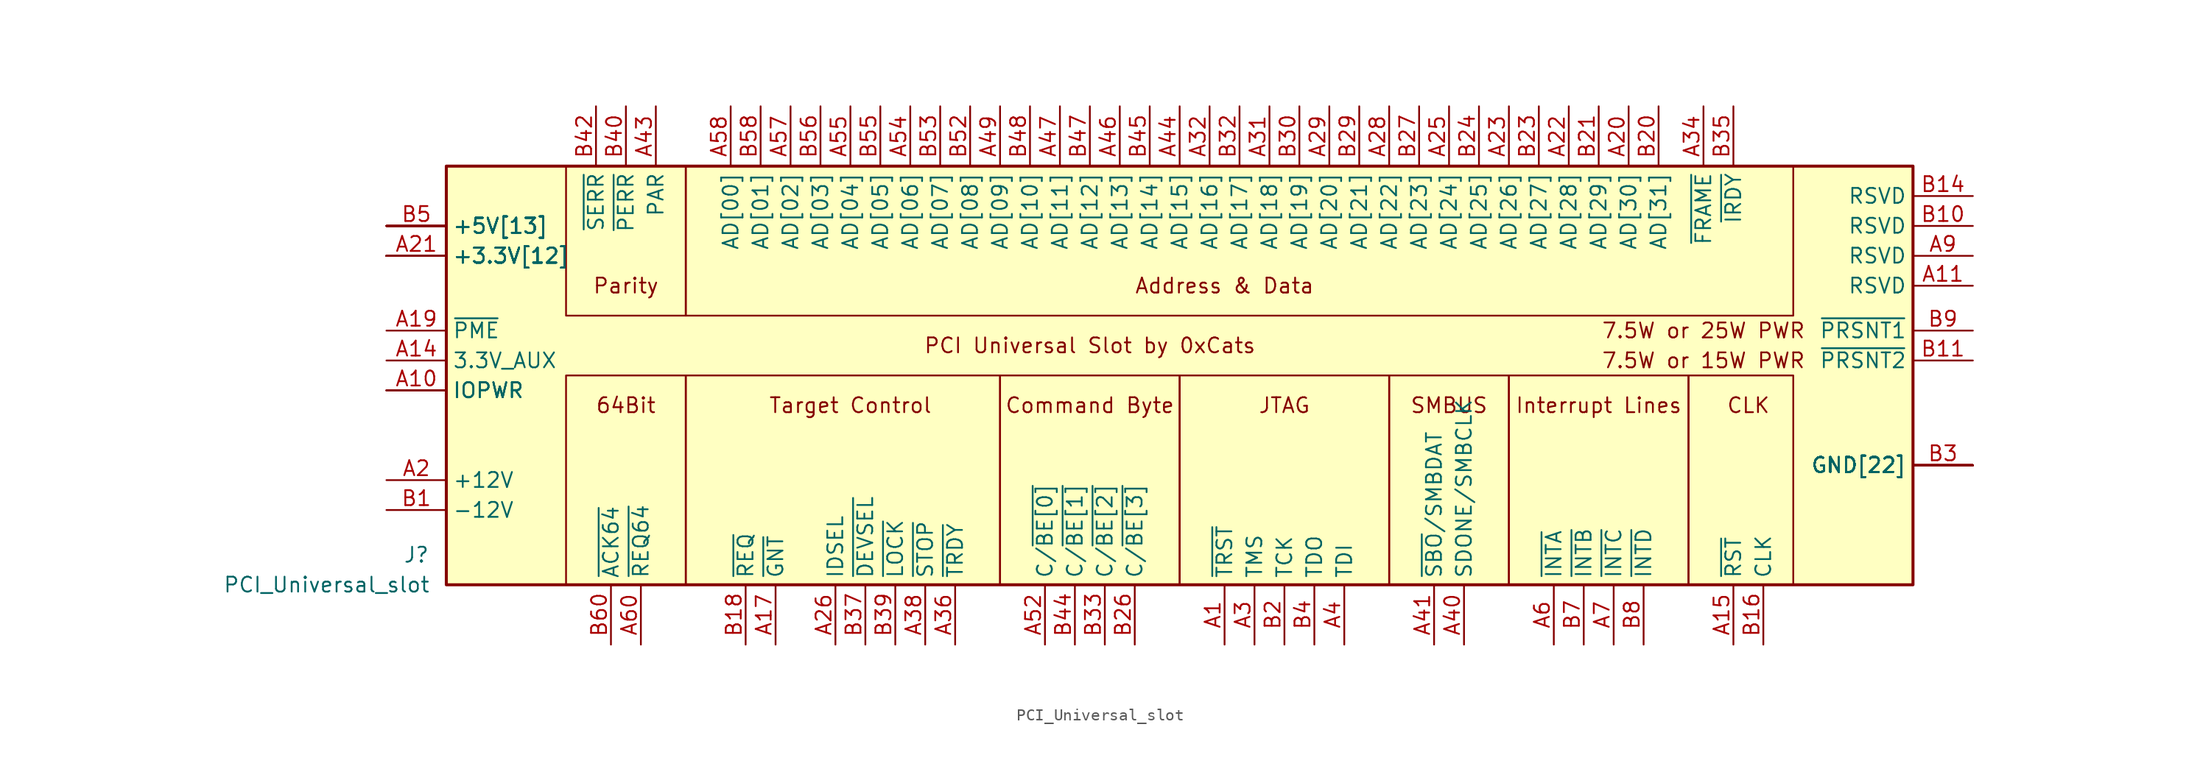
<source format=kicad_sym>
(kicad_symbol_lib
  (version 20211014)
  (generator kicad_symbol_editor)
  (symbol "PCI_Universal_slot"
    (property "Reference" "J"
      (at -58.42 -15.24 0)
      (effects (font (size 1.27 1.27))))
    (property "Value" "PCI_Universal_slot"
      (at -66.04 -17.78 0)
      (effects (font (size 1.27 1.27))))
    (symbol "PCI_Universal_slot_0_0"
      (rectangle (start -45.72 0) (end -35.56 -17.78) (stroke (width 0.152) (type default) (color 0 0 0 0)) (fill (type none)))
      (rectangle (start -35.56 0) (end -8.89 -17.78) (stroke (width 0.152) (type default) (color 0 0 0 0)) (fill (type none)))
      (rectangle (start -35.56 17.78) (end -45.72 5.08) (stroke (width 0.152) (type default) (color 0 0 0 0)) (fill (type none)))
      (rectangle (start -35.56 17.78) (end 58.42 5.08) (stroke (width 0.152) (type default) (color 0 0 0 0)) (fill (type none)))
      (rectangle (start 6.35 -17.78) (end -8.89 0) (stroke (width 0.152) (type default) (color 0 0 0 0)) (fill (type none)))
      (rectangle (start 24.13 -17.78) (end 6.35 0) (stroke (width 0.152) (type default) (color 0 0 0 0)) (fill (type none)))
      (rectangle (start 24.13 0) (end 34.29 -17.78) (stroke (width 0.152) (type default) (color 0 0 0 0)) (fill (type none)))
      (rectangle (start 34.29 0) (end 49.53 -17.78) (stroke (width 0.152) (type default) (color 0 0 0 0)) (fill (type none)))
      (rectangle (start 49.53 0) (end 58.42 -17.78) (stroke (width 0.152) (type default) (color 0 0 0 0)) (fill (type none)))
      (text "64Bit" (at -40.64 -2.54 0) (effects (font (size 1.27 1.27))))
      (text "7.5W or 15W PWR" (at 50.8 1.27 0) (effects (font (size 1.27 1.27))))
      (text "7.5W or 25W PWR" (at 50.8 3.81 0) (effects (font (size 1.27 1.27))))
      (text "Address & Data" (at 10.16 7.62 0) (effects (font (size 1.27 1.27))))
      (text "CLK" (at 54.61 -2.54 0) (effects (font (size 1.27 1.27))))
      (text "Command Byte" (at -1.27 -2.54 0) (effects (font (size 1.27 1.27))))
      (text "Interrupt Lines" (at 41.91 -2.54 0) (effects (font (size 1.27 1.27))))
      (text "JTAG" (at 15.24 -2.54 0) (effects (font (size 1.27 1.27))))
      (text "Parity" (at -40.64 7.62 0) (effects (font (size 1.27 1.27))))
      (text "PCI Universal Slot by 0xCats" (at -1.27 2.54 0) (effects (font (size 1.27 1.27))))
      (text "SMBUS" (at 29.21 -2.54 0) (effects (font (size 1.27 1.27))))
      (text "Target Control" (at -21.59 -2.54 0) (effects (font (size 1.27 1.27)))))
    (symbol "PCI_Universal_slot_0_1"
      (rectangle (start -55.88 17.78) (end 68.58 -17.78) (stroke (width 0.254) (type default) (color 0 0 0 0)) (fill (type background))))
    (symbol "PCI_Universal_slot_1_1"
      (pin output line (at 10.16 -22.86 90) (length 5.08) (name "~{TRST}" (effects (font (size 1.27 1.27)))) (number "A1" (effects (font (size 1.27 1.27)))))
      (pin power_in line (at -60.96 -1.27 0) (length 5.08) (name "IOPWR" (effects (font (size 1.27 1.27)))) (number "A10" (effects (font (size 1.27 1.27)))))
      (pin passive line (at 73.66 7.62 180) (length 5.08) (name "RSVD" (effects (font (size 1.27 1.27)))) (number "A11" (effects (font (size 1.27 1.27)))))
      (pin power_in line (at 73.66 -7.62 180) (length 5.08) (name "GND[22]" (effects (font (size 1.27 1.27)))) (number "A12" (effects (font (size 0 0)))))
      (pin power_in line (at 73.66 -7.62 180) (length 5.08) (name "GND[22]" (effects (font (size 1.27 1.27)))) (number "A13" (effects (font (size 0 0)))))
      (pin power_in line (at -60.96 1.27 0) (length 5.08) (name "3.3V_AUX" (effects (font (size 1.27 1.27)))) (number "A14" (effects (font (size 1.27 1.27)))))
      (pin output line (at 53.34 -22.86 90) (length 5.08) (name "~{RST}" (effects (font (size 1.27 1.27)))) (number "A15" (effects (font (size 1.27 1.27)))))
      (pin power_in line (at -60.96 12.7 0) (length 5.08) (name "+5V[13]" (effects (font (size 1.27 1.27)))) (number "A16" (effects (font (size 0 0)))))
      (pin bidirectional line (at -27.94 -22.86 90) (length 5.08) (name "~{GNT}" (effects (font (size 1.27 1.27)))) (number "A17" (effects (font (size 1.27 1.27)))))
      (pin power_in line (at 73.66 -7.62 180) (length 5.08) (name "GND[22]" (effects (font (size 1.27 1.27)))) (number "A18" (effects (font (size 0 0)))))
      (pin open_collector line (at -60.96 3.81 0) (length 5.08) (name "~{PME}" (effects (font (size 1.27 1.27)))) (number "A19" (effects (font (size 1.27 1.27)))))
      (pin power_in line (at -60.96 -8.89 0) (length 5.08) (name "+12V" (effects (font (size 1.27 1.27)))) (number "A2" (effects (font (size 1.27 1.27)))))
      (pin bidirectional line (at 44.45 22.86 270) (length 5.08) (name "AD[30]" (effects (font (size 1.27 1.27)))) (number "A20" (effects (font (size 1.27 1.27)))))
      (pin power_in line (at -60.96 10.16 0) (length 5.08) (name "+3.3V[12]" (effects (font (size 1.27 1.27)))) (number "A21" (effects (font (size 1.27 1.27)))))
      (pin bidirectional line (at 39.37 22.86 270) (length 5.08) (name "AD[28]" (effects (font (size 1.27 1.27)))) (number "A22" (effects (font (size 1.27 1.27)))))
      (pin bidirectional line (at 34.29 22.86 270) (length 5.08) (name "AD[26]" (effects (font (size 1.27 1.27)))) (number "A23" (effects (font (size 1.27 1.27)))))
      (pin power_in line (at 73.66 -7.62 180) (length 5.08) (name "GND[22]" (effects (font (size 1.27 1.27)))) (number "A24" (effects (font (size 0 0)))))
      (pin bidirectional line (at 29.21 22.86 270) (length 5.08) (name "AD[24]" (effects (font (size 1.27 1.27)))) (number "A25" (effects (font (size 1.27 1.27)))))
      (pin output line (at -22.86 -22.86 90) (length 5.08) (name "IDSEL" (effects (font (size 1.27 1.27)))) (number "A26" (effects (font (size 1.27 1.27)))))
      (pin power_in line (at -60.96 10.16 0) (length 5.08) (name "+3.3V[12]" (effects (font (size 1.27 1.27)))) (number "A27" (effects (font (size 0 0)))))
      (pin bidirectional line (at 24.13 22.86 270) (length 5.08) (name "AD[22]" (effects (font (size 1.27 1.27)))) (number "A28" (effects (font (size 1.27 1.27)))))
      (pin bidirectional line (at 19.05 22.86 270) (length 5.08) (name "AD[20]" (effects (font (size 1.27 1.27)))) (number "A29" (effects (font (size 1.27 1.27)))))
      (pin output line (at 12.7 -22.86 90) (length 5.08) (name "TMS" (effects (font (size 1.27 1.27)))) (number "A3" (effects (font (size 1.27 1.27)))))
      (pin power_in line (at 73.66 -7.62 180) (length 5.08) (name "GND[22]" (effects (font (size 1.27 1.27)))) (number "A30" (effects (font (size 0 0)))))
      (pin bidirectional line (at 13.97 22.86 270) (length 5.08) (name "AD[18]" (effects (font (size 1.27 1.27)))) (number "A31" (effects (font (size 1.27 1.27)))))
      (pin bidirectional line (at 8.89 22.86 270) (length 5.08) (name "AD[16]" (effects (font (size 1.27 1.27)))) (number "A32" (effects (font (size 1.27 1.27)))))
      (pin power_in line (at -60.96 10.16 0) (length 5.08) (name "+3.3V[12]" (effects (font (size 1.27 1.27)))) (number "A33" (effects (font (size 0 0)))))
      (pin bidirectional line (at 50.8 22.86 270) (length 5.08) (name "~{FRAME}" (effects (font (size 1.27 1.27)))) (number "A34" (effects (font (size 1.27 1.27)))))
      (pin power_in line (at 73.66 -7.62 180) (length 5.08) (name "GND[22]" (effects (font (size 1.27 1.27)))) (number "A35" (effects (font (size 0 0)))))
      (pin bidirectional line (at -12.7 -22.86 90) (length 5.08) (name "~{TRDY}" (effects (font (size 1.27 1.27)))) (number "A36" (effects (font (size 1.27 1.27)))))
      (pin power_in line (at 73.66 -7.62 180) (length 5.08) (name "GND[22]" (effects (font (size 1.27 1.27)))) (number "A37" (effects (font (size 0 0)))))
      (pin bidirectional line (at -15.24 -22.86 90) (length 5.08) (name "~{STOP}" (effects (font (size 1.27 1.27)))) (number "A38" (effects (font (size 1.27 1.27)))))
      (pin power_in line (at -60.96 10.16 0) (length 5.08) (name "+3.3V[12]" (effects (font (size 1.27 1.27)))) (number "A39" (effects (font (size 0 0)))))
      (pin output line (at 20.32 -22.86 90) (length 5.08) (name "TDI" (effects (font (size 1.27 1.27)))) (number "A4" (effects (font (size 1.27 1.27)))))
      (pin bidirectional line (at 30.48 -22.86 90) (length 5.08) (name "SDONE/SMBCLK" (effects (font (size 1.27 1.27)))) (number "A40" (effects (font (size 1.27 1.27)))))
      (pin bidirectional line (at 27.94 -22.86 90) (length 5.08) (name "~{SBO}/SMBDAT" (effects (font (size 1.27 1.27)))) (number "A41" (effects (font (size 1.27 1.27)))))
      (pin power_in line (at 73.66 -7.62 180) (length 5.08) (name "GND[22]" (effects (font (size 1.27 1.27)))) (number "A42" (effects (font (size 0 0)))))
      (pin bidirectional line (at -38.1 22.86 270) (length 5.08) (name "PAR" (effects (font (size 1.27 1.27)))) (number "A43" (effects (font (size 1.27 1.27)))))
      (pin bidirectional line (at 6.35 22.86 270) (length 5.08) (name "AD[15]" (effects (font (size 1.27 1.27)))) (number "A44" (effects (font (size 1.27 1.27)))))
      (pin power_in line (at -60.96 10.16 0) (length 5.08) (name "+3.3V[12]" (effects (font (size 1.27 1.27)))) (number "A45" (effects (font (size 0 0)))))
      (pin bidirectional line (at 1.27 22.86 270) (length 5.08) (name "AD[13]" (effects (font (size 1.27 1.27)))) (number "A46" (effects (font (size 1.27 1.27)))))
      (pin bidirectional line (at -3.81 22.86 270) (length 5.08) (name "AD[11]" (effects (font (size 1.27 1.27)))) (number "A47" (effects (font (size 1.27 1.27)))))
      (pin power_in line (at 73.66 -7.62 180) (length 5.08) (name "GND[22]" (effects (font (size 1.27 1.27)))) (number "A48" (effects (font (size 0 0)))))
      (pin bidirectional line (at -8.89 22.86 270) (length 5.08) (name "AD[09]" (effects (font (size 1.27 1.27)))) (number "A49" (effects (font (size 1.27 1.27)))))
      (pin power_in line (at -60.96 12.7 0) (length 5.08) (name "+5V[13]" (effects (font (size 1.27 1.27)))) (number "A5" (effects (font (size 0 0)))))
      (pin bidirectional line (at -5.08 -22.86 90) (length 5.08) (name "C/~{BE[0]}" (effects (font (size 1.27 1.27)))) (number "A52" (effects (font (size 1.27 1.27)))))
      (pin power_in line (at -60.96 10.16 0) (length 5.08) (name "+3.3V[12]" (effects (font (size 1.27 1.27)))) (number "A53" (effects (font (size 0 0)))))
      (pin bidirectional line (at -16.51 22.86 270) (length 5.08) (name "AD[06]" (effects (font (size 1.27 1.27)))) (number "A54" (effects (font (size 1.27 1.27)))))
      (pin bidirectional line (at -21.59 22.86 270) (length 5.08) (name "AD[04]" (effects (font (size 1.27 1.27)))) (number "A55" (effects (font (size 1.27 1.27)))))
      (pin power_in line (at 73.66 -7.62 180) (length 5.08) (name "GND[22]" (effects (font (size 1.27 1.27)))) (number "A56" (effects (font (size 0 0)))))
      (pin bidirectional line (at -26.67 22.86 270) (length 5.08) (name "AD[02]" (effects (font (size 1.27 1.27)))) (number "A57" (effects (font (size 1.27 1.27)))))
      (pin bidirectional line (at -31.75 22.86 270) (length 5.08) (name "AD[00]" (effects (font (size 1.27 1.27)))) (number "A58" (effects (font (size 1.27 1.27)))))
      (pin power_in line (at -60.96 -1.27 0) (length 5.08) (name "IOPWR" (effects (font (size 1.27 1.27)))) (number "A59" (effects (font (size 0 0)))))
      (pin open_collector line (at 38.1 -22.86 90) (length 5.08) (name "~{INTA}" (effects (font (size 1.27 1.27)))) (number "A6" (effects (font (size 1.27 1.27)))))
      (pin bidirectional line (at -39.37 -22.86 90) (length 5.08) (name "~{REQ64}" (effects (font (size 1.27 1.27)))) (number "A60" (effects (font (size 1.27 1.27)))))
      (pin power_in line (at -60.96 12.7 0) (length 5.08) (name "+5V[13]" (effects (font (size 1.27 1.27)))) (number "A61" (effects (font (size 0 0)))))
      (pin power_in line (at -60.96 12.7 0) (length 5.08) (name "+5V[13]" (effects (font (size 1.27 1.27)))) (number "A62" (effects (font (size 0 0)))))
      (pin open_collector line (at 43.18 -22.86 90) (length 5.08) (name "~{INTC}" (effects (font (size 1.27 1.27)))) (number "A7" (effects (font (size 1.27 1.27)))))
      (pin power_in line (at -60.96 12.7 0) (length 5.08) (name "+5V[13]" (effects (font (size 1.27 1.27)))) (number "A8" (effects (font (size 0 0)))))
      (pin passive line (at 73.66 10.16 180) (length 5.08) (name "RSVD" (effects (font (size 1.27 1.27)))) (number "A9" (effects (font (size 1.27 1.27)))))
      (pin power_in line (at -60.96 -11.43 0) (length 5.08) (name "-12V" (effects (font (size 1.27 1.27)))) (number "B1" (effects (font (size 1.27 1.27)))))
      (pin passive line (at 73.66 12.7 180) (length 5.08) (name "RSVD" (effects (font (size 1.27 1.27)))) (number "B10" (effects (font (size 1.27 1.27)))))
      (pin input line (at 73.66 1.27 180) (length 5.08) (name "~{PRSNT2}" (effects (font (size 1.27 1.27)))) (number "B11" (effects (font (size 1.27 1.27)))))
      (pin power_in line (at 73.66 -7.62 180) (length 5.08) (name "GND[22]" (effects (font (size 1.27 1.27)))) (number "B12" (effects (font (size 0 0)))))
      (pin power_in line (at 73.66 -7.62 180) (length 5.08) (name "GND[22]" (effects (font (size 1.27 1.27)))) (number "B13" (effects (font (size 0 0)))))
      (pin passive line (at 73.66 15.24 180) (length 5.08) (name "RSVD" (effects (font (size 1.27 1.27)))) (number "B14" (effects (font (size 1.27 1.27)))))
      (pin power_in line (at 73.66 -7.62 180) (length 5.08) (name "GND[22]" (effects (font (size 1.27 1.27)))) (number "B15" (effects (font (size 0 0)))))
      (pin output line (at 55.88 -22.86 90) (length 5.08) (name "CLK" (effects (font (size 1.27 1.27)))) (number "B16" (effects (font (size 1.27 1.27)))))
      (pin power_in line (at 73.66 -7.62 180) (length 5.08) (name "GND[22]" (effects (font (size 1.27 1.27)))) (number "B17" (effects (font (size 0 0)))))
      (pin bidirectional line (at -30.48 -22.86 90) (length 5.08) (name "~{REQ}" (effects (font (size 1.27 1.27)))) (number "B18" (effects (font (size 1.27 1.27)))))
      (pin power_in line (at -60.96 -1.27 0) (length 5.08) (name "IOPWR" (effects (font (size 1.27 1.27)))) (number "B19" (effects (font (size 0 0)))))
      (pin output line (at 15.24 -22.86 90) (length 5.08) (name "TCK" (effects (font (size 1.27 1.27)))) (number "B2" (effects (font (size 1.27 1.27)))))
      (pin bidirectional line (at 46.99 22.86 270) (length 5.08) (name "AD[31]" (effects (font (size 1.27 1.27)))) (number "B20" (effects (font (size 1.27 1.27)))))
      (pin bidirectional line (at 41.91 22.86 270) (length 5.08) (name "AD[29]" (effects (font (size 1.27 1.27)))) (number "B21" (effects (font (size 1.27 1.27)))))
      (pin power_in line (at 73.66 -7.62 180) (length 5.08) (name "GND[22]" (effects (font (size 1.27 1.27)))) (number "B22" (effects (font (size 0 0)))))
      (pin bidirectional line (at 36.83 22.86 270) (length 5.08) (name "AD[27]" (effects (font (size 1.27 1.27)))) (number "B23" (effects (font (size 1.27 1.27)))))
      (pin bidirectional line (at 31.75 22.86 270) (length 5.08) (name "AD[25]" (effects (font (size 1.27 1.27)))) (number "B24" (effects (font (size 1.27 1.27)))))
      (pin power_in line (at -60.96 10.16 0) (length 5.08) (name "+3.3V[12]" (effects (font (size 1.27 1.27)))) (number "B25" (effects (font (size 0 0)))))
      (pin bidirectional line (at 2.54 -22.86 90) (length 5.08) (name "C/~{BE[3]}" (effects (font (size 1.27 1.27)))) (number "B26" (effects (font (size 1.27 1.27)))))
      (pin bidirectional line (at 26.67 22.86 270) (length 5.08) (name "AD[23]" (effects (font (size 1.27 1.27)))) (number "B27" (effects (font (size 1.27 1.27)))))
      (pin power_in line (at 73.66 -7.62 180) (length 5.08) (name "GND[22]" (effects (font (size 1.27 1.27)))) (number "B28" (effects (font (size 0 0)))))
      (pin bidirectional line (at 21.59 22.86 270) (length 5.08) (name "AD[21]" (effects (font (size 1.27 1.27)))) (number "B29" (effects (font (size 1.27 1.27)))))
      (pin power_in line (at 73.66 -7.62 180) (length 5.08) (name "GND[22]" (effects (font (size 1.27 1.27)))) (number "B3" (effects (font (size 1.27 1.27)))))
      (pin bidirectional line (at 16.51 22.86 270) (length 5.08) (name "AD[19]" (effects (font (size 1.27 1.27)))) (number "B30" (effects (font (size 1.27 1.27)))))
      (pin power_in line (at -60.96 10.16 0) (length 5.08) (name "+3.3V[12]" (effects (font (size 1.27 1.27)))) (number "B31" (effects (font (size 0 0)))))
      (pin bidirectional line (at 11.43 22.86 270) (length 5.08) (name "AD[17]" (effects (font (size 1.27 1.27)))) (number "B32" (effects (font (size 1.27 1.27)))))
      (pin bidirectional line (at 0 -22.86 90) (length 5.08) (name "C/~{BE[2]}" (effects (font (size 1.27 1.27)))) (number "B33" (effects (font (size 1.27 1.27)))))
      (pin power_in line (at 73.66 -7.62 180) (length 5.08) (name "GND[22]" (effects (font (size 1.27 1.27)))) (number "B34" (effects (font (size 0 0)))))
      (pin bidirectional line (at 53.34 22.86 270) (length 5.08) (name "~{IRDY}" (effects (font (size 1.27 1.27)))) (number "B35" (effects (font (size 1.27 1.27)))))
      (pin power_in line (at -60.96 10.16 0) (length 5.08) (name "+3.3V[12]" (effects (font (size 1.27 1.27)))) (number "B36" (effects (font (size 0 0)))))
      (pin bidirectional line (at -20.32 -22.86 90) (length 5.08) (name "~{DEVSEL}" (effects (font (size 1.27 1.27)))) (number "B37" (effects (font (size 1.27 1.27)))))
      (pin power_in line (at 73.66 -7.62 180) (length 5.08) (name "GND[22]" (effects (font (size 1.27 1.27)))) (number "B38" (effects (font (size 0 0)))))
      (pin bidirectional line (at -17.78 -22.86 90) (length 5.08) (name "~{LOCK}" (effects (font (size 1.27 1.27)))) (number "B39" (effects (font (size 1.27 1.27)))))
      (pin input line (at 17.78 -22.86 90) (length 5.08) (name "TDO" (effects (font (size 1.27 1.27)))) (number "B4" (effects (font (size 1.27 1.27)))))
      (pin bidirectional line (at -40.64 22.86 270) (length 5.08) (name "~{PERR}" (effects (font (size 1.27 1.27)))) (number "B40" (effects (font (size 1.27 1.27)))))
      (pin power_in line (at -60.96 10.16 0) (length 5.08) (name "+3.3V[12]" (effects (font (size 1.27 1.27)))) (number "B41" (effects (font (size 0 0)))))
      (pin input line (at -43.18 22.86 270) (length 5.08) (name "~{SERR}" (effects (font (size 1.27 1.27)))) (number "B42" (effects (font (size 1.27 1.27)))))
      (pin power_in line (at -60.96 10.16 0) (length 5.08) (name "+3.3V[12]" (effects (font (size 1.27 1.27)))) (number "B43" (effects (font (size 0 0)))))
      (pin bidirectional line (at -2.54 -22.86 90) (length 5.08) (name "C/~{BE[1]}" (effects (font (size 1.27 1.27)))) (number "B44" (effects (font (size 1.27 1.27)))))
      (pin bidirectional line (at 3.81 22.86 270) (length 5.08) (name "AD[14]" (effects (font (size 1.27 1.27)))) (number "B45" (effects (font (size 1.27 1.27)))))
      (pin power_in line (at 73.66 -7.62 180) (length 5.08) (name "GND[22]" (effects (font (size 1.27 1.27)))) (number "B46" (effects (font (size 0 0)))))
      (pin bidirectional line (at -1.27 22.86 270) (length 5.08) (name "AD[12]" (effects (font (size 1.27 1.27)))) (number "B47" (effects (font (size 1.27 1.27)))))
      (pin bidirectional line (at -6.35 22.86 270) (length 5.08) (name "AD[10]" (effects (font (size 1.27 1.27)))) (number "B48" (effects (font (size 1.27 1.27)))))
      (pin power_in line (at 73.66 -7.62 180) (length 5.08) (name "GND[22]" (effects (font (size 1.27 1.27)))) (number "B49" (effects (font (size 0 0)))))
      (pin power_in line (at -60.96 12.7 0) (length 5.08) (name "+5V[13]" (effects (font (size 1.27 1.27)))) (number "B5" (effects (font (size 1.27 1.27)))))
      (pin bidirectional line (at -11.43 22.86 270) (length 5.08) (name "AD[08]" (effects (font (size 1.27 1.27)))) (number "B52" (effects (font (size 1.27 1.27)))))
      (pin bidirectional line (at -13.97 22.86 270) (length 5.08) (name "AD[07]" (effects (font (size 1.27 1.27)))) (number "B53" (effects (font (size 1.27 1.27)))))
      (pin power_in line (at -60.96 10.16 0) (length 5.08) (name "+3.3V[12]" (effects (font (size 1.27 1.27)))) (number "B54" (effects (font (size 0 0)))))
      (pin bidirectional line (at -19.05 22.86 270) (length 5.08) (name "AD[05]" (effects (font (size 1.27 1.27)))) (number "B55" (effects (font (size 1.27 1.27)))))
      (pin bidirectional line (at -24.13 22.86 270) (length 5.08) (name "AD[03]" (effects (font (size 1.27 1.27)))) (number "B56" (effects (font (size 1.27 1.27)))))
      (pin power_in line (at 73.66 -7.62 180) (length 5.08) (name "GND[22]" (effects (font (size 1.27 1.27)))) (number "B57" (effects (font (size 0 0)))))
      (pin bidirectional line (at -29.21 22.86 270) (length 5.08) (name "AD[01]" (effects (font (size 1.27 1.27)))) (number "B58" (effects (font (size 1.27 1.27)))))
      (pin power_in line (at -60.96 -1.27 0) (length 5.08) (name "IOPWR" (effects (font (size 1.27 1.27)))) (number "B59" (effects (font (size 0 0)))))
      (pin power_in line (at -60.96 12.7 0) (length 5.08) (name "+5V[13]" (effects (font (size 1.27 1.27)))) (number "B6" (effects (font (size 0 0)))))
      (pin bidirectional line (at -41.91 -22.86 90) (length 5.08) (name "~{ACK64}" (effects (font (size 1.27 1.27)))) (number "B60" (effects (font (size 1.27 1.27)))))
      (pin power_in line (at -60.96 12.7 0) (length 5.08) (name "+5V[13]" (effects (font (size 1.27 1.27)))) (number "B61" (effects (font (size 0 0)))))
      (pin power_in line (at -60.96 12.7 0) (length 5.08) (name "+5V[13]" (effects (font (size 1.27 1.27)))) (number "B62" (effects (font (size 0 0)))))
      (pin open_collector line (at 40.64 -22.86 90) (length 5.08) (name "~{INTB}" (effects (font (size 1.27 1.27)))) (number "B7" (effects (font (size 1.27 1.27)))))
      (pin open_collector line (at 45.72 -22.86 90) (length 5.08) (name "~{INTD}" (effects (font (size 1.27 1.27)))) (number "B8" (effects (font (size 1.27 1.27)))))
      (pin input line (at 73.66 3.81 180) (length 5.08) (name "~{PRSNT1}" (effects (font (size 1.27 1.27)))) (number "B9" (effects (font (size 1.27 1.27))))))))
</source>
